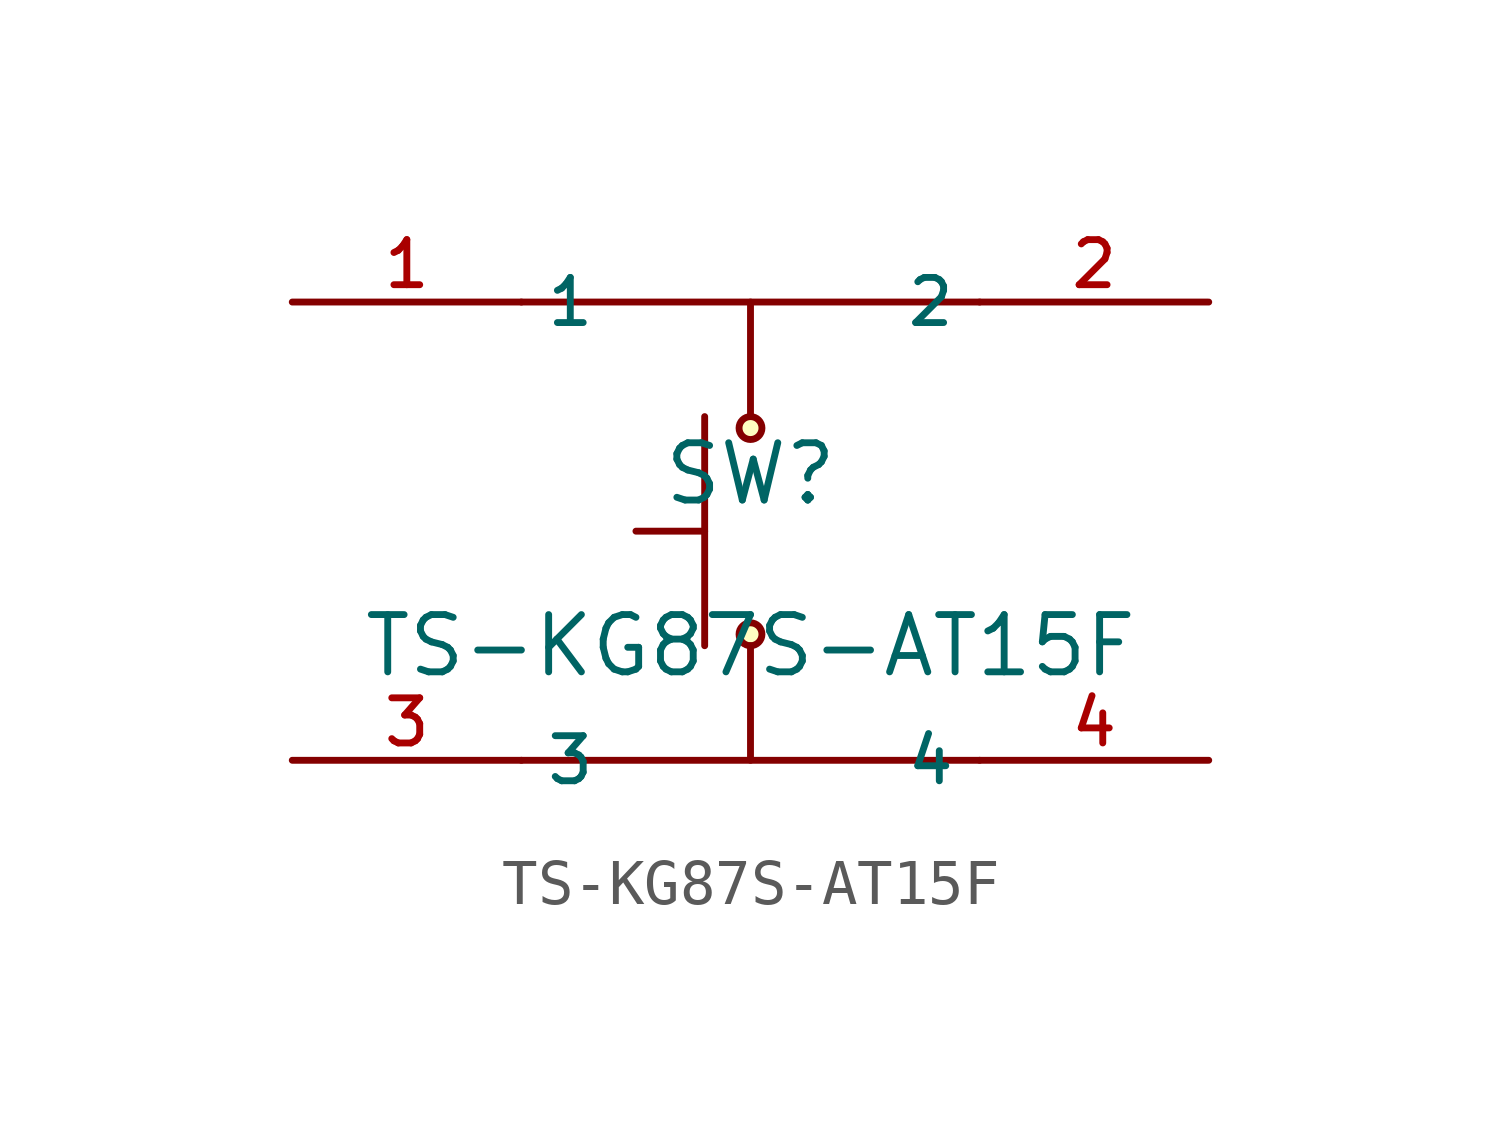
<source format=kicad_sym>
(kicad_symbol_lib
  (version 20210201)
  (generator TousstNicolas/JLC2KiCad_lib)
  (symbol "TS-KG87S-AT15F"
    (property "Reference" "SW"
      (at 0 1.27 0)
      (effects (font (size 1.27 1.27))))
    (property "Value" "TS-KG87S-AT15F"
      (at 0 -2.54 0)
      (effects (font (size 1.27 1.27))))
    (symbol "TS-KG87S-AT15F_0_1"
      (polyline (pts (xy -1.016 -0.0) (xy -2.54 -0.0)) (stroke (width 0) (type default) (color 0 0 0 0)) (fill (type none)))
      (polyline (pts (xy -1.016 2.54) (xy -1.016 -2.54)) (stroke (width 0) (type default) (color 0 0 0 0)) (fill (type none)))
      (circle (center 0.0 2.286) (radius 0.254) (stroke (width 0) (type default) (color 0 0 0 0)) (fill (type background)))
      (circle (center 0.0 -2.286) (radius 0.254) (stroke (width 0) (type default) (color 0 0 0 0)) (fill (type background)))
      (polyline (pts (xy 0.0 5.08) (xy 0.0 2.54)) (stroke (width 0) (type default) (color 0 0 0 0)) (fill (type none)))
      (polyline (pts (xy 0.0 -5.08) (xy 0.0 -2.54)) (stroke (width 0) (type default) (color 0 0 0 0)) (fill (type none)))
      (polyline (pts (xy -5.08 5.08) (xy 5.08 5.08)) (stroke (width 0) (type default) (color 0 0 0 0)) (fill (type none)))
      (polyline (pts (xy -5.08 -5.08) (xy 5.08 -5.08)) (stroke (width 0) (type default) (color 0 0 0 0)) (fill (type none)))
      (pin unspecified line (at 10.16 5.08 180) (length 5.08) (name "2" (effects (font (size 1 1)))) (number "2" (effects (font (size 1 1)))))
      (pin unspecified line (at -10.16 5.08 0) (length 5.08) (name "1" (effects (font (size 1 1)))) (number "1" (effects (font (size 1 1)))))
      (pin unspecified line (at 10.16 -5.08 180) (length 5.08) (name "4" (effects (font (size 1 1)))) (number "4" (effects (font (size 1 1)))))
      (pin unspecified line (at -10.16 -5.08 0) (length 5.08) (name "3" (effects (font (size 1 1)))) (number "3" (effects (font (size 1 1))))))))
</source>
